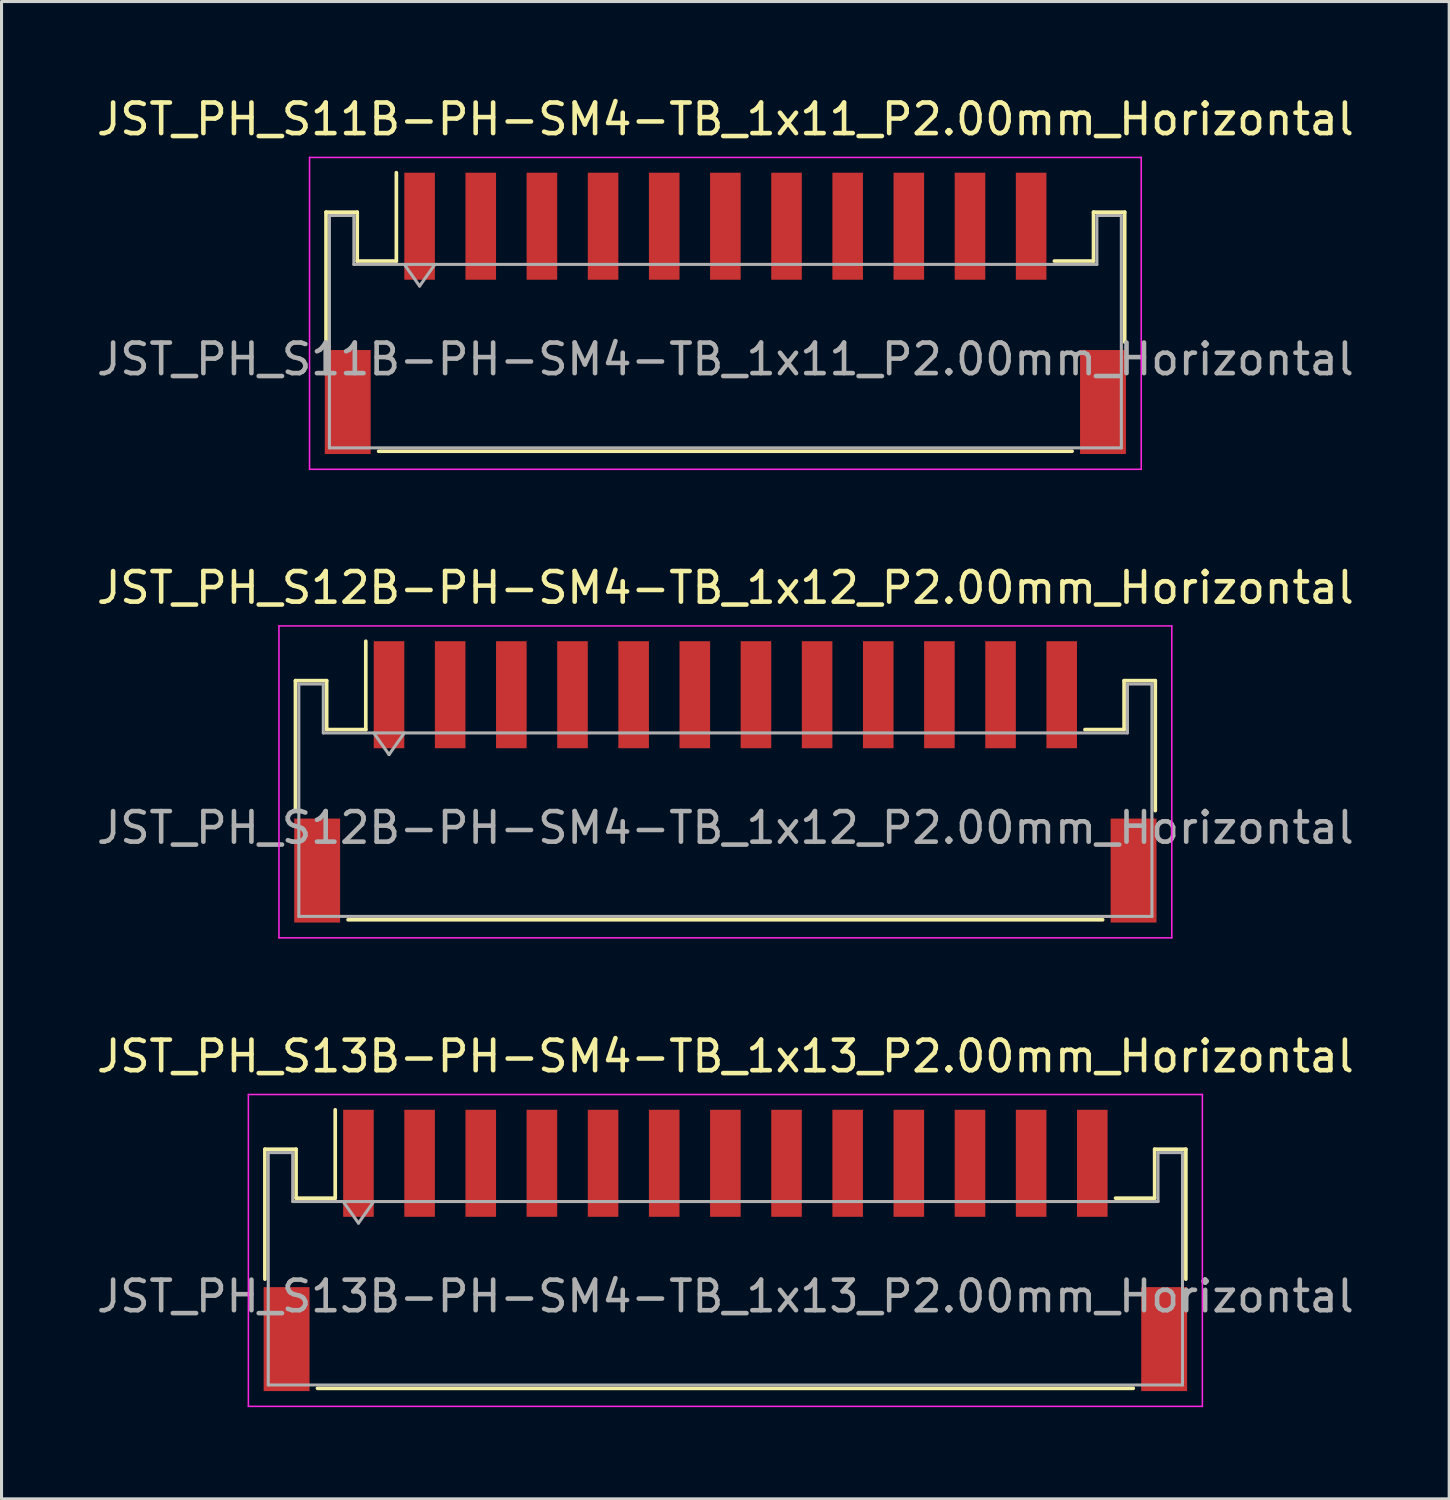
<source format=kicad_pcb>
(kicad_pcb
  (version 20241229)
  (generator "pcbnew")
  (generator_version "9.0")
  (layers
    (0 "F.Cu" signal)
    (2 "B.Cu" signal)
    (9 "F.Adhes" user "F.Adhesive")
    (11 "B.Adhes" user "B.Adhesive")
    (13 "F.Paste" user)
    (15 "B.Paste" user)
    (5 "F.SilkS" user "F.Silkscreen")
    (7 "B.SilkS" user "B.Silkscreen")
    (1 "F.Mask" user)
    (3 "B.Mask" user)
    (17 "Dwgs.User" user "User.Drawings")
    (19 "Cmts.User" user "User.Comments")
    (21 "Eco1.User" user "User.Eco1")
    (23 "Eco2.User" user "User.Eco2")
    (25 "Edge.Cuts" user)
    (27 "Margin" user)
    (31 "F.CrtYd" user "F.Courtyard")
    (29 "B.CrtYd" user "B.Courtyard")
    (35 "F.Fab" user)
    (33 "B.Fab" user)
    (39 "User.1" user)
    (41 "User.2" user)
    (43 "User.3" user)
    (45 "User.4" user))
  (footprint "JST_PH_S13B-PH-SM4-TB_1x13_P2.00mm_Horizontal"
    (layer "F.Cu")
    (at 20.673 37.845)
    (property "Reference" "JST_PH_S13B-PH-SM4-TB_1x13_P2.00mm_Horizontal" (at 0 -6.35 0) (layer "F.SilkS") (effects (font (size 1 1) (thickness 0.15))))
    (attr smd)
    (fp_line (start -15.06 -3.31) (end -14.04 -3.31) (stroke (width 0.12) (type solid)) (layer "F.SilkS"))
    (fp_line (start -15.06 0.94) (end -15.06 -3.31) (stroke (width 0.12) (type solid)) (layer "F.SilkS"))
    (fp_line (start -14.04 -3.31) (end -14.04 -1.71) (stroke (width 0.12) (type solid)) (layer "F.SilkS"))
    (fp_line (start -14.04 -1.71) (end -12.76 -1.71) (stroke (width 0.12) (type solid)) (layer "F.SilkS"))
    (fp_line (start -13.34 4.51) (end 13.34 4.51) (stroke (width 0.12) (type solid)) (layer "F.SilkS"))
    (fp_line (start -12.76 -1.71) (end -12.76 -4.6) (stroke (width 0.12) (type solid)) (layer "F.SilkS"))
    (fp_line (start 14.04 -3.31) (end 14.04 -1.71) (stroke (width 0.12) (type solid)) (layer "F.SilkS"))
    (fp_line (start 14.04 -1.71) (end 12.76 -1.71) (stroke (width 0.12) (type solid)) (layer "F.SilkS"))
    (fp_line (start 15.06 -3.31) (end 14.04 -3.31) (stroke (width 0.12) (type solid)) (layer "F.SilkS"))
    (fp_line (start 15.06 0.94) (end 15.06 -3.31) (stroke (width 0.12) (type solid)) (layer "F.SilkS"))
    (fp_line (start -15.6 -5.1) (end -15.6 5.1) (stroke (width 0.05) (type solid)) (layer "F.CrtYd"))
    (fp_line (start -15.6 5.1) (end 15.6 5.1) (stroke (width 0.05) (type solid)) (layer "F.CrtYd"))
    (fp_line (start 15.6 -5.1) (end -15.6 -5.1) (stroke (width 0.05) (type solid)) (layer "F.CrtYd"))
    (fp_line (start 15.6 5.1) (end 15.6 -5.1) (stroke (width 0.05) (type solid)) (layer "F.CrtYd"))
    (fp_line (start -14.95 -3.2) (end -14.95 4.4) (stroke (width 0.1) (type solid)) (layer "F.Fab"))
    (fp_line (start -14.95 -3.2) (end -14.15 -3.2) (stroke (width 0.1) (type solid)) (layer "F.Fab"))
    (fp_line (start -14.95 4.4) (end 14.95 4.4) (stroke (width 0.1) (type solid)) (layer "F.Fab"))
    (fp_line (start -14.15 -3.2) (end -14.15 -1.6) (stroke (width 0.1) (type solid)) (layer "F.Fab"))
    (fp_line (start -14.15 -1.6) (end 14.15 -1.6) (stroke (width 0.1) (type solid)) (layer "F.Fab"))
    (fp_line (start -12.5 -1.6) (end -12 -0.893) (stroke (width 0.1) (type solid)) (layer "F.Fab"))
    (fp_line (start -12 -0.893) (end -11.5 -1.6) (stroke (width 0.1) (type solid)) (layer "F.Fab"))
    (fp_line (start 14.15 -3.2) (end 14.95 -3.2) (stroke (width 0.1) (type solid)) (layer "F.Fab"))
    (fp_line (start 14.15 -1.6) (end 14.15 -3.2) (stroke (width 0.1) (type solid)) (layer "F.Fab"))
    (fp_line (start 14.95 -3.2) (end 14.95 4.4) (stroke (width 0.1) (type solid)) (layer "F.Fab"))
    (fp_text user "${REFERENCE}" (at 0 1.5 0) (layer "F.Fab") (effects (font (size 1 1) (thickness 0.15))))
    (pad "" smd rect (at -14.35 2.9) (size 1.5 3.4) (layers "F.Cu" "F.Mask" "F.Paste"))
    (pad "" smd rect (at 14.35 2.9) (size 1.5 3.4) (layers "F.Cu" "F.Mask" "F.Paste"))
    (pad "1" smd rect (at -12 -2.85) (size 1 3.5) (layers "F.Cu" "F.Mask" "F.Paste"))
    (pad "2" smd rect (at -10 -2.85) (size 1 3.5) (layers "F.Cu" "F.Mask" "F.Paste"))
    (pad "3" smd rect (at -8 -2.85) (size 1 3.5) (layers "F.Cu" "F.Mask" "F.Paste"))
    (pad "4" smd rect (at -6 -2.85) (size 1 3.5) (layers "F.Cu" "F.Mask" "F.Paste"))
    (pad "5" smd rect (at -4 -2.85) (size 1 3.5) (layers "F.Cu" "F.Mask" "F.Paste"))
    (pad "6" smd rect (at -2 -2.85) (size 1 3.5) (layers "F.Cu" "F.Mask" "F.Paste"))
    (pad "7" smd rect (at 0 -2.85) (size 1 3.5) (layers "F.Cu" "F.Mask" "F.Paste"))
    (pad "8" smd rect (at 2 -2.85) (size 1 3.5) (layers "F.Cu" "F.Mask" "F.Paste"))
    (pad "9" smd rect (at 4 -2.85) (size 1 3.5) (layers "F.Cu" "F.Mask" "F.Paste"))
    (pad "10" smd rect (at 6 -2.85) (size 1 3.5) (layers "F.Cu" "F.Mask" "F.Paste"))
    (pad "11" smd rect (at 8 -2.85) (size 1 3.5) (layers "F.Cu" "F.Mask" "F.Paste"))
    (pad "12" smd rect (at 10 -2.85) (size 1 3.5) (layers "F.Cu" "F.Mask" "F.Paste"))
    (pad "13" smd rect (at 12 -2.85) (size 1 3.5) (layers "F.Cu" "F.Mask" "F.Paste")))
  (footprint "JST_PH_S11B-PH-SM4-TB_1x11_P2.00mm_Horizontal"
    (layer "F.Cu")
    (at 20.673 7.198)
    (property "Reference" "JST_PH_S11B-PH-SM4-TB_1x11_P2.00mm_Horizontal" (at 0 -6.35 0) (layer "F.SilkS") (effects (font (size 1 1) (thickness 0.15))))
    (attr smd)
    (fp_line (start -13.06 -3.31) (end -12.04 -3.31) (stroke (width 0.12) (type solid)) (layer "F.SilkS"))
    (fp_line (start -13.06 0.94) (end -13.06 -3.31) (stroke (width 0.12) (type solid)) (layer "F.SilkS"))
    (fp_line (start -12.04 -3.31) (end -12.04 -1.71) (stroke (width 0.12) (type solid)) (layer "F.SilkS"))
    (fp_line (start -12.04 -1.71) (end -10.76 -1.71) (stroke (width 0.12) (type solid)) (layer "F.SilkS"))
    (fp_line (start -11.34 4.51) (end 11.34 4.51) (stroke (width 0.12) (type solid)) (layer "F.SilkS"))
    (fp_line (start -10.76 -1.71) (end -10.76 -4.6) (stroke (width 0.12) (type solid)) (layer "F.SilkS"))
    (fp_line (start 12.04 -3.31) (end 12.04 -1.71) (stroke (width 0.12) (type solid)) (layer "F.SilkS"))
    (fp_line (start 12.04 -1.71) (end 10.76 -1.71) (stroke (width 0.12) (type solid)) (layer "F.SilkS"))
    (fp_line (start 13.06 -3.31) (end 12.04 -3.31) (stroke (width 0.12) (type solid)) (layer "F.SilkS"))
    (fp_line (start 13.06 0.94) (end 13.06 -3.31) (stroke (width 0.12) (type solid)) (layer "F.SilkS"))
    (fp_line (start -13.6 -5.1) (end -13.6 5.1) (stroke (width 0.05) (type solid)) (layer "F.CrtYd"))
    (fp_line (start -13.6 5.1) (end 13.6 5.1) (stroke (width 0.05) (type solid)) (layer "F.CrtYd"))
    (fp_line (start 13.6 -5.1) (end -13.6 -5.1) (stroke (width 0.05) (type solid)) (layer "F.CrtYd"))
    (fp_line (start 13.6 5.1) (end 13.6 -5.1) (stroke (width 0.05) (type solid)) (layer "F.CrtYd"))
    (fp_line (start -12.95 -3.2) (end -12.95 4.4) (stroke (width 0.1) (type solid)) (layer "F.Fab"))
    (fp_line (start -12.95 -3.2) (end -12.15 -3.2) (stroke (width 0.1) (type solid)) (layer "F.Fab"))
    (fp_line (start -12.95 4.4) (end 12.95 4.4) (stroke (width 0.1) (type solid)) (layer "F.Fab"))
    (fp_line (start -12.15 -3.2) (end -12.15 -1.6) (stroke (width 0.1) (type solid)) (layer "F.Fab"))
    (fp_line (start -12.15 -1.6) (end 12.15 -1.6) (stroke (width 0.1) (type solid)) (layer "F.Fab"))
    (fp_line (start -10.5 -1.6) (end -10 -0.893) (stroke (width 0.1) (type solid)) (layer "F.Fab"))
    (fp_line (start -10 -0.893) (end -9.5 -1.6) (stroke (width 0.1) (type solid)) (layer "F.Fab"))
    (fp_line (start 12.15 -3.2) (end 12.95 -3.2) (stroke (width 0.1) (type solid)) (layer "F.Fab"))
    (fp_line (start 12.15 -1.6) (end 12.15 -3.2) (stroke (width 0.1) (type solid)) (layer "F.Fab"))
    (fp_line (start 12.95 -3.2) (end 12.95 4.4) (stroke (width 0.1) (type solid)) (layer "F.Fab"))
    (fp_text user "${REFERENCE}" (at 0 1.5 0) (layer "F.Fab") (effects (font (size 1 1) (thickness 0.15))))
    (pad "" smd rect (at -12.35 2.9) (size 1.5 3.4) (layers "F.Cu" "F.Mask" "F.Paste"))
    (pad "" smd rect (at 12.35 2.9) (size 1.5 3.4) (layers "F.Cu" "F.Mask" "F.Paste"))
    (pad "1" smd rect (at -10 -2.85) (size 1 3.5) (layers "F.Cu" "F.Mask" "F.Paste"))
    (pad "2" smd rect (at -8 -2.85) (size 1 3.5) (layers "F.Cu" "F.Mask" "F.Paste"))
    (pad "3" smd rect (at -6 -2.85) (size 1 3.5) (layers "F.Cu" "F.Mask" "F.Paste"))
    (pad "4" smd rect (at -4 -2.85) (size 1 3.5) (layers "F.Cu" "F.Mask" "F.Paste"))
    (pad "5" smd rect (at -2 -2.85) (size 1 3.5) (layers "F.Cu" "F.Mask" "F.Paste"))
    (pad "6" smd rect (at 0 -2.85) (size 1 3.5) (layers "F.Cu" "F.Mask" "F.Paste"))
    (pad "7" smd rect (at 2 -2.85) (size 1 3.5) (layers "F.Cu" "F.Mask" "F.Paste"))
    (pad "8" smd rect (at 4 -2.85) (size 1 3.5) (layers "F.Cu" "F.Mask" "F.Paste"))
    (pad "9" smd rect (at 6 -2.85) (size 1 3.5) (layers "F.Cu" "F.Mask" "F.Paste"))
    (pad "10" smd rect (at 8 -2.85) (size 1 3.5) (layers "F.Cu" "F.Mask" "F.Paste"))
    (pad "11" smd rect (at 10 -2.85) (size 1 3.5) (layers "F.Cu" "F.Mask" "F.Paste")))
  (footprint "JST_PH_S12B-PH-SM4-TB_1x12_P2.00mm_Horizontal"
    (layer "F.Cu")
    (at 20.673 22.521)
    (property "Reference" "JST_PH_S12B-PH-SM4-TB_1x12_P2.00mm_Horizontal" (at 0 -6.35 0) (layer "F.SilkS") (effects (font (size 1 1) (thickness 0.15))))
    (attr smd)
    (fp_line (start -14.06 -3.31) (end -13.04 -3.31) (stroke (width 0.12) (type solid)) (layer "F.SilkS"))
    (fp_line (start -14.06 0.94) (end -14.06 -3.31) (stroke (width 0.12) (type solid)) (layer "F.SilkS"))
    (fp_line (start -13.04 -3.31) (end -13.04 -1.71) (stroke (width 0.12) (type solid)) (layer "F.SilkS"))
    (fp_line (start -13.04 -1.71) (end -11.76 -1.71) (stroke (width 0.12) (type solid)) (layer "F.SilkS"))
    (fp_line (start -12.34 4.51) (end 12.34 4.51) (stroke (width 0.12) (type solid)) (layer "F.SilkS"))
    (fp_line (start -11.76 -1.71) (end -11.76 -4.6) (stroke (width 0.12) (type solid)) (layer "F.SilkS"))
    (fp_line (start 13.04 -3.31) (end 13.04 -1.71) (stroke (width 0.12) (type solid)) (layer "F.SilkS"))
    (fp_line (start 13.04 -1.71) (end 11.76 -1.71) (stroke (width 0.12) (type solid)) (layer "F.SilkS"))
    (fp_line (start 14.06 -3.31) (end 13.04 -3.31) (stroke (width 0.12) (type solid)) (layer "F.SilkS"))
    (fp_line (start 14.06 0.94) (end 14.06 -3.31) (stroke (width 0.12) (type solid)) (layer "F.SilkS"))
    (fp_line (start -14.6 -5.1) (end -14.6 5.1) (stroke (width 0.05) (type solid)) (layer "F.CrtYd"))
    (fp_line (start -14.6 5.1) (end 14.6 5.1) (stroke (width 0.05) (type solid)) (layer "F.CrtYd"))
    (fp_line (start 14.6 -5.1) (end -14.6 -5.1) (stroke (width 0.05) (type solid)) (layer "F.CrtYd"))
    (fp_line (start 14.6 5.1) (end 14.6 -5.1) (stroke (width 0.05) (type solid)) (layer "F.CrtYd"))
    (fp_line (start -13.95 -3.2) (end -13.95 4.4) (stroke (width 0.1) (type solid)) (layer "F.Fab"))
    (fp_line (start -13.95 -3.2) (end -13.15 -3.2) (stroke (width 0.1) (type solid)) (layer "F.Fab"))
    (fp_line (start -13.95 4.4) (end 13.95 4.4) (stroke (width 0.1) (type solid)) (layer "F.Fab"))
    (fp_line (start -13.15 -3.2) (end -13.15 -1.6) (stroke (width 0.1) (type solid)) (layer "F.Fab"))
    (fp_line (start -13.15 -1.6) (end 13.15 -1.6) (stroke (width 0.1) (type solid)) (layer "F.Fab"))
    (fp_line (start -11.5 -1.6) (end -11 -0.893) (stroke (width 0.1) (type solid)) (layer "F.Fab"))
    (fp_line (start -11 -0.893) (end -10.5 -1.6) (stroke (width 0.1) (type solid)) (layer "F.Fab"))
    (fp_line (start 13.15 -3.2) (end 13.95 -3.2) (stroke (width 0.1) (type solid)) (layer "F.Fab"))
    (fp_line (start 13.15 -1.6) (end 13.15 -3.2) (stroke (width 0.1) (type solid)) (layer "F.Fab"))
    (fp_line (start 13.95 -3.2) (end 13.95 4.4) (stroke (width 0.1) (type solid)) (layer "F.Fab"))
    (fp_text user "${REFERENCE}" (at 0 1.5 0) (layer "F.Fab") (effects (font (size 1 1) (thickness 0.15))))
    (pad "" smd rect (at -13.35 2.9) (size 1.5 3.4) (layers "F.Cu" "F.Mask" "F.Paste"))
    (pad "" smd rect (at 13.35 2.9) (size 1.5 3.4) (layers "F.Cu" "F.Mask" "F.Paste"))
    (pad "1" smd rect (at -11 -2.85) (size 1 3.5) (layers "F.Cu" "F.Mask" "F.Paste"))
    (pad "2" smd rect (at -9 -2.85) (size 1 3.5) (layers "F.Cu" "F.Mask" "F.Paste"))
    (pad "3" smd rect (at -7 -2.85) (size 1 3.5) (layers "F.Cu" "F.Mask" "F.Paste"))
    (pad "4" smd rect (at -5 -2.85) (size 1 3.5) (layers "F.Cu" "F.Mask" "F.Paste"))
    (pad "5" smd rect (at -3 -2.85) (size 1 3.5) (layers "F.Cu" "F.Mask" "F.Paste"))
    (pad "6" smd rect (at -1 -2.85) (size 1 3.5) (layers "F.Cu" "F.Mask" "F.Paste"))
    (pad "7" smd rect (at 1 -2.85) (size 1 3.5) (layers "F.Cu" "F.Mask" "F.Paste"))
    (pad "8" smd rect (at 3 -2.85) (size 1 3.5) (layers "F.Cu" "F.Mask" "F.Paste"))
    (pad "9" smd rect (at 5 -2.85) (size 1 3.5) (layers "F.Cu" "F.Mask" "F.Paste"))
    (pad "10" smd rect (at 7 -2.85) (size 1 3.5) (layers "F.Cu" "F.Mask" "F.Paste"))
    (pad "11" smd rect (at 9 -2.85) (size 1 3.5) (layers "F.Cu" "F.Mask" "F.Paste"))
    (pad "12" smd rect (at 11 -2.85) (size 1 3.5) (layers "F.Cu" "F.Mask" "F.Paste")))
  (gr_rect
    (start -3 -3)
    (end 44.345 45.97)
    (stroke (width 0.1) (type default))
    (fill no)
    (layer "Edge.Cuts")))
</source>
